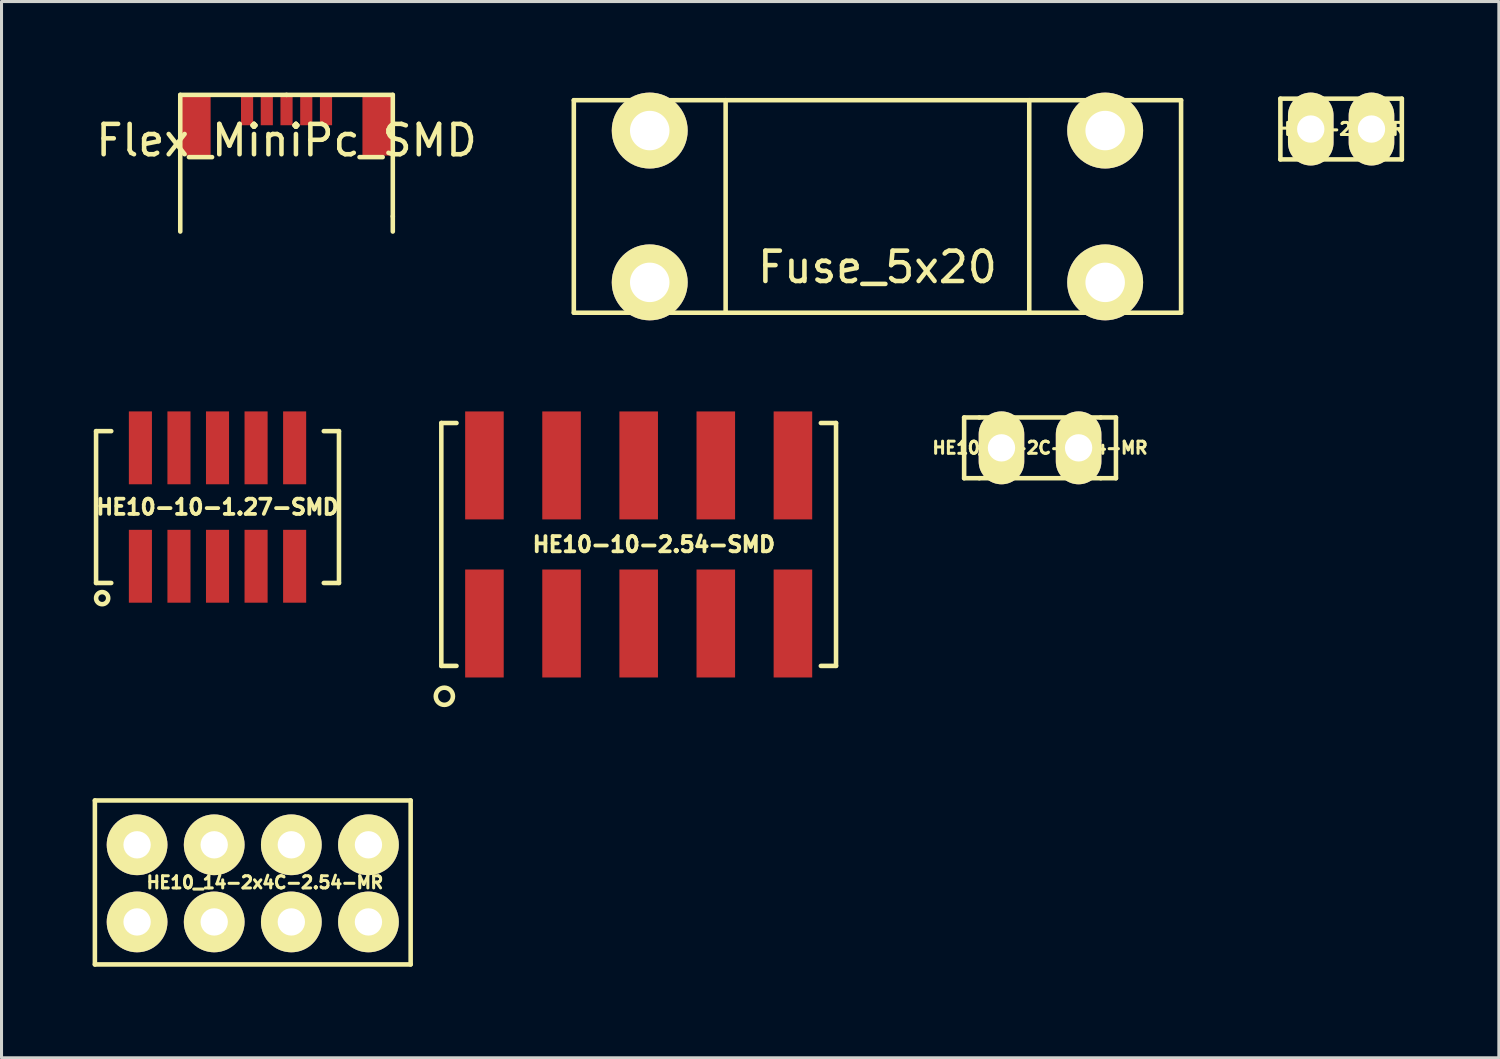
<source format=kicad_pcb>
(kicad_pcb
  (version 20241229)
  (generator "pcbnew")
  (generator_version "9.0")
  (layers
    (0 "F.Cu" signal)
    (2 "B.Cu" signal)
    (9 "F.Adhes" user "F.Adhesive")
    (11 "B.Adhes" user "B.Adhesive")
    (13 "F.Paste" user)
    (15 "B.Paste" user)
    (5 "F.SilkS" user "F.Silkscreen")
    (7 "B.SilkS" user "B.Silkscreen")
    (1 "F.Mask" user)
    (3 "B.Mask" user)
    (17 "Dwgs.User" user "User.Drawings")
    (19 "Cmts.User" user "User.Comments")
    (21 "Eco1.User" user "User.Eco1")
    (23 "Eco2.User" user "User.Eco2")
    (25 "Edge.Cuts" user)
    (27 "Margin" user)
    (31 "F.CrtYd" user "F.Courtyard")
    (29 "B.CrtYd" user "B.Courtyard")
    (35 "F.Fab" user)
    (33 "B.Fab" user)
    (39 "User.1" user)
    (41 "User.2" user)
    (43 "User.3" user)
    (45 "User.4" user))
  (footprint "Flex_MiniPc_SMD"
    (layer "F.Cu")
    (at 6.387 1.575)
    (property "Reference" "Flex_MiniPc_SMD" (at 0 0 0) (layer "F.SilkS") (effects (font (size 1 1) (thickness 0.15))))
    (attr through_hole)
    (fp_line (start -3.5 -1.5) (end -3.5 3) (stroke (width 0.15) (type solid)) (layer "F.SilkS"))
    (fp_line (start 0 -1.5) (end -3.5 -1.5) (stroke (width 0.15) (type solid)) (layer "F.SilkS"))
    (fp_line (start 0 -1.5) (end 3.5 -1.5) (stroke (width 0.15) (type solid)) (layer "F.SilkS"))
    (fp_line (start 3.5 -1.5) (end 3.5 2.5) (stroke (width 0.15) (type solid)) (layer "F.SilkS"))
    (fp_line (start 3.5 2.5) (end 3.5 3) (stroke (width 0.15) (type solid)) (layer "F.SilkS"))
    (pad "1" smd rect (at -1.3 -1) (size 0.4 1) (layers "F.Cu" "F.Mask" "F.Paste"))
    (pad "2" smd rect (at -0.65 -1) (size 0.4 1) (layers "F.Cu" "F.Mask" "F.Paste"))
    (pad "3" smd rect (at 0 -1) (size 0.4 1) (layers "F.Cu" "F.Mask" "F.Paste"))
    (pad "4" smd rect (at 0.65 -1) (size 0.4 1) (layers "F.Cu" "F.Mask" "F.Paste"))
    (pad "5" smd rect (at 1.3 -1) (size 0.4 1) (layers "F.Cu" "F.Mask" "F.Paste"))
    (pad "6" smd rect (at -3 -0.5) (size 1 2) (layers "F.Cu" "F.Mask" "F.Paste"))
    (pad "7" smd rect (at 3 -0.5) (size 1 2) (layers "F.Cu" "F.Mask" "F.Paste")))
  (footprint "HE10-10-1.27-SMD"
    (layer "F.Cu")
    (at 4.114 13.65)
    (property "Reference" "HE10-10-1.27-SMD" (at 0 0 0) (layer "F.SilkS") (effects (font (size 0.5 0.5) (thickness 0.125))))
    (attr smd)
    (fp_line (start -4 -2.5) (end -3.5 -2.5) (stroke (width 0.15) (type solid)) (layer "F.SilkS"))
    (fp_line (start -4 2.5) (end -4 -2.5) (stroke (width 0.15) (type solid)) (layer "F.SilkS"))
    (fp_line (start -3.5 2.5) (end -4 2.5) (stroke (width 0.15) (type solid)) (layer "F.SilkS"))
    (fp_line (start 3.5 -2.5) (end 4 -2.5) (stroke (width 0.15) (type solid)) (layer "F.SilkS"))
    (fp_line (start 4 -2.5) (end 4 2.5) (stroke (width 0.15) (type solid)) (layer "F.SilkS"))
    (fp_line (start 4 2.5) (end 3.5 2.5) (stroke (width 0.15) (type solid)) (layer "F.SilkS"))
    (fp_circle (center -3.8 3) (end -3.8 3.2) (stroke (width 0.15) (type solid)) (fill no) (layer "F.SilkS"))
    (pad "1" smd rect (at -2.54 1.95) (size 0.76 2.4) (layers "F.Cu" "F.Mask" "F.Paste"))
    (pad "2" smd rect (at -2.54 -1.95) (size 0.76 2.4) (layers "F.Cu" "F.Mask" "F.Paste"))
    (pad "3" smd rect (at -1.27 1.95) (size 0.76 2.4) (layers "F.Cu" "F.Mask" "F.Paste"))
    (pad "4" smd rect (at -1.27 -1.95) (size 0.76 2.4) (layers "F.Cu" "F.Mask" "F.Paste"))
    (pad "5" smd rect (at 0 1.95) (size 0.76 2.4) (layers "F.Cu" "F.Mask" "F.Paste"))
    (pad "6" smd rect (at 0 -1.95) (size 0.76 2.4) (layers "F.Cu" "F.Mask" "F.Paste"))
    (pad "7" smd rect (at 1.27 1.95) (size 0.76 2.4) (layers "F.Cu" "F.Mask" "F.Paste"))
    (pad "8" smd rect (at 1.27 -1.95) (size 0.76 2.4) (layers "F.Cu" "F.Mask" "F.Paste"))
    (pad "9" smd rect (at 2.54 1.95) (size 0.76 2.4) (layers "F.Cu" "F.Mask" "F.Paste"))
    (pad "10" smd rect (at 2.54 -1.95) (size 0.76 2.4) (layers "F.Cu" "F.Mask" "F.Paste")))
  (footprint "HE10-2C-MR"
    (layer "F.Cu")
    (at 41.12 1.2)
    (property "Reference" "HE10-2C-MR" (at 0 0 0) (layer "F.SilkS") (effects (font (size 0.4 0.4) (thickness 0.1))))
    (attr through_hole)
    (fp_line (start -2 -1) (end -2 1) (stroke (width 0.15) (type solid)) (layer "F.SilkS"))
    (fp_line (start -2 1) (end 2 1) (stroke (width 0.15) (type solid)) (layer "F.SilkS"))
    (fp_line (start 2 -1) (end -2 -1) (stroke (width 0.15) (type solid)) (layer "F.SilkS"))
    (fp_line (start 2 1) (end 2 -1) (stroke (width 0.15) (type solid)) (layer "F.SilkS"))
    (pad "1" thru_hole oval (at -1 0) (size 1.5 2.4) (drill 0.9) (layers "*.Cu" "*.Mask" "F.SilkS"))
    (pad "2" thru_hole oval (at 1 0) (size 1.5 2.4) (drill 0.9) (layers "*.Cu" "*.Mask" "F.SilkS")))
  (footprint "Fuse_5x20"
    (layer "F.Cu")
    (at 25.849 3.75)
    (property "Reference" "Fuse_5x20" (at 0 2 0) (layer "F.SilkS") (effects (font (size 1 1) (thickness 0.15))))
    (attr through_hole)
    (fp_line (start -10 -3.5) (end 10 -3.5) (stroke (width 0.15) (type solid)) (layer "F.SilkS"))
    (fp_line (start -10 3.5) (end -10 -3.5) (stroke (width 0.15) (type solid)) (layer "F.SilkS"))
    (fp_line (start -5 -3.5) (end -5 3.5) (stroke (width 0.15) (type solid)) (layer "F.SilkS"))
    (fp_line (start 5 -3.5) (end 5 3.5) (stroke (width 0.15) (type solid)) (layer "F.SilkS"))
    (fp_line (start 10 -3.5) (end 10 3.5) (stroke (width 0.15) (type solid)) (layer "F.SilkS"))
    (fp_line (start 10 3.5) (end -10 3.5) (stroke (width 0.15) (type solid)) (layer "F.SilkS"))
    (pad "1" thru_hole circle (at -7.5 2.5) (size 2.5 2.5) (drill 1.3) (layers "*.Cu" "*.Mask" "F.SilkS"))
    (pad "2" thru_hole circle (at -7.5 -2.5) (size 2.5 2.5) (drill 1.3) (layers "*.Cu" "*.Mask" "F.SilkS"))
    (pad "3" thru_hole circle (at 7.5 2.5) (size 2.5 2.5) (drill 1.3) (layers "*.Cu" "*.Mask" "F.SilkS"))
    (pad "4" thru_hole circle (at 7.5 -2.5) (size 2.5 2.5) (drill 1.3) (layers "*.Cu" "*.Mask" "F.SilkS")))
  (footprint "HE10-10-2.54-SMD"
    (layer "F.Cu")
    (at 17.985 14.882)
    (property "Reference" "HE10-10-2.54-SMD" (at 0.5 0 0) (layer "F.SilkS") (effects (font (size 0.5 0.5) (thickness 0.125))))
    (attr smd)
    (fp_line (start -6.5 -4) (end -6 -4) (stroke (width 0.15) (type solid)) (layer "F.SilkS"))
    (fp_line (start -6.5 4) (end -6.5 -4) (stroke (width 0.15) (type solid)) (layer "F.SilkS"))
    (fp_line (start -6.5 4) (end -6 4) (stroke (width 0.15) (type solid)) (layer "F.SilkS"))
    (fp_line (start 6 -4) (end 6.5 -4) (stroke (width 0.15) (type solid)) (layer "F.SilkS"))
    (fp_line (start 6.5 -4) (end 6.5 4) (stroke (width 0.15) (type solid)) (layer "F.SilkS"))
    (fp_line (start 6.5 4) (end 6 4) (stroke (width 0.15) (type solid)) (layer "F.SilkS"))
    (fp_circle (center -6.4 5) (end -6.2 5.2) (stroke (width 0.15) (type solid)) (fill no) (layer "F.SilkS"))
    (pad "1" smd rect (at -5.08 2.603) (size 1.27 3.556) (layers "F.Cu" "F.Mask" "F.Paste"))
    (pad "2" smd rect (at -5.08 -2.603) (size 1.27 3.556) (layers "F.Cu" "F.Mask" "F.Paste"))
    (pad "3" smd rect (at -2.54 2.603) (size 1.27 3.556) (layers "F.Cu" "F.Mask" "F.Paste"))
    (pad "4" smd rect (at -2.54 -2.603) (size 1.27 3.556) (layers "F.Cu" "F.Mask" "F.Paste"))
    (pad "5" smd rect (at 0 2.603) (size 1.27 3.556) (layers "F.Cu" "F.Mask" "F.Paste"))
    (pad "6" smd rect (at 0 -2.603) (size 1.27 3.556) (layers "F.Cu" "F.Mask" "F.Paste"))
    (pad "7" smd rect (at 2.54 2.603) (size 1.27 3.556) (layers "F.Cu" "F.Mask" "F.Paste"))
    (pad "8" smd rect (at 2.54 -2.603) (size 1.27 3.556) (layers "F.Cu" "F.Mask" "F.Paste"))
    (pad "9" smd rect (at 5.08 2.603) (size 1.27 3.556) (layers "F.Cu" "F.Mask" "F.Paste"))
    (pad "10" smd rect (at 5.08 -2.603) (size 1.27 3.556) (layers "F.Cu" "F.Mask" "F.Paste")))
  (footprint "HE10_14-2C-2.54-MR"
    (layer "F.Cu")
    (at 31.204 11.7)
    (property "Reference" "HE10_14-2C-2.54-MR" (at 0 0 0) (layer "F.SilkS") (effects (font (size 0.4 0.4) (thickness 0.1))))
    (attr through_hole)
    (fp_line (start -2.5 -1) (end -2.5 1) (stroke (width 0.15) (type solid)) (layer "F.SilkS"))
    (fp_line (start -2.5 1) (end -2 1) (stroke (width 0.15) (type solid)) (layer "F.SilkS"))
    (fp_line (start -2 -1) (end -2.5 -1) (stroke (width 0.15) (type solid)) (layer "F.SilkS"))
    (fp_line (start -2 1) (end 2 1) (stroke (width 0.15) (type solid)) (layer "F.SilkS"))
    (fp_line (start 2 -1) (end -2 -1) (stroke (width 0.15) (type solid)) (layer "F.SilkS"))
    (fp_line (start 2 -1) (end 2.5 -1) (stroke (width 0.15) (type solid)) (layer "F.SilkS"))
    (fp_line (start 2.5 -1) (end 2.5 1) (stroke (width 0.15) (type solid)) (layer "F.SilkS"))
    (fp_line (start 2.5 1) (end 2 1) (stroke (width 0.15) (type solid)) (layer "F.SilkS"))
    (pad "1" thru_hole oval (at -1.27 0) (size 1.5 2.4) (drill 0.9) (layers "*.Cu" "*.Mask" "F.SilkS"))
    (pad "2" thru_hole oval (at 1.27 0) (size 1.5 2.4) (drill 0.9) (layers "*.Cu" "*.Mask" "F.SilkS")))
  (footprint "HE10_14-2x4C-2.54-MR"
    (layer "F.Cu")
    (at 5.275 27.314)
    (property "Reference" "HE10_14-2x4C-2.54-MR" (at 0.4 -1.3 0) (layer "F.SilkS") (effects (font (size 0.4 0.4) (thickness 0.1))))
    (attr through_hole)
    (fp_line (start -5.2 -4) (end -5.2 1.4) (stroke (width 0.15) (type solid)) (layer "F.SilkS"))
    (fp_line (start -5.2 1.4) (end 5.2 1.4) (stroke (width 0.15) (type solid)) (layer "F.SilkS"))
    (fp_line (start 5.2 -4) (end -5.2 -4) (stroke (width 0.15) (type solid)) (layer "F.SilkS"))
    (fp_line (start 5.2 1.4) (end 5.2 -4) (stroke (width 0.15) (type solid)) (layer "F.SilkS"))
    (pad "1" thru_hole oval (at -3.81 0) (size 2 2) (drill 0.9) (layers "*.Cu" "*.Mask" "F.SilkS"))
    (pad "2" thru_hole oval (at -3.81 -2.54) (size 2 2) (drill 0.9) (layers "*.Cu" "*.Mask" "F.SilkS"))
    (pad "3" thru_hole oval (at -1.27 0) (size 2 2) (drill 0.9) (layers "*.Cu" "*.Mask" "F.SilkS"))
    (pad "4" thru_hole oval (at -1.27 -2.54) (size 2 2) (drill 0.9) (layers "*.Cu" "*.Mask" "F.SilkS"))
    (pad "5" thru_hole oval (at 1.27 0) (size 2 2) (drill 0.9) (layers "*.Cu" "*.Mask" "F.SilkS"))
    (pad "6" thru_hole oval (at 1.27 -2.54) (size 2 2) (drill 0.9) (layers "*.Cu" "*.Mask" "F.SilkS"))
    (pad "7" thru_hole oval (at 3.81 0) (size 2 2) (drill 0.9) (layers "*.Cu" "*.Mask" "F.SilkS"))
    (pad "8" thru_hole oval (at 3.81 -2.54) (size 2 2) (drill 0.9) (layers "*.Cu" "*.Mask" "F.SilkS")))
  (gr_rect
    (start -3 -3)
    (end 46.315 31.789)
    (stroke (width 0.1) (type default))
    (fill no)
    (layer "Edge.Cuts")))
</source>
